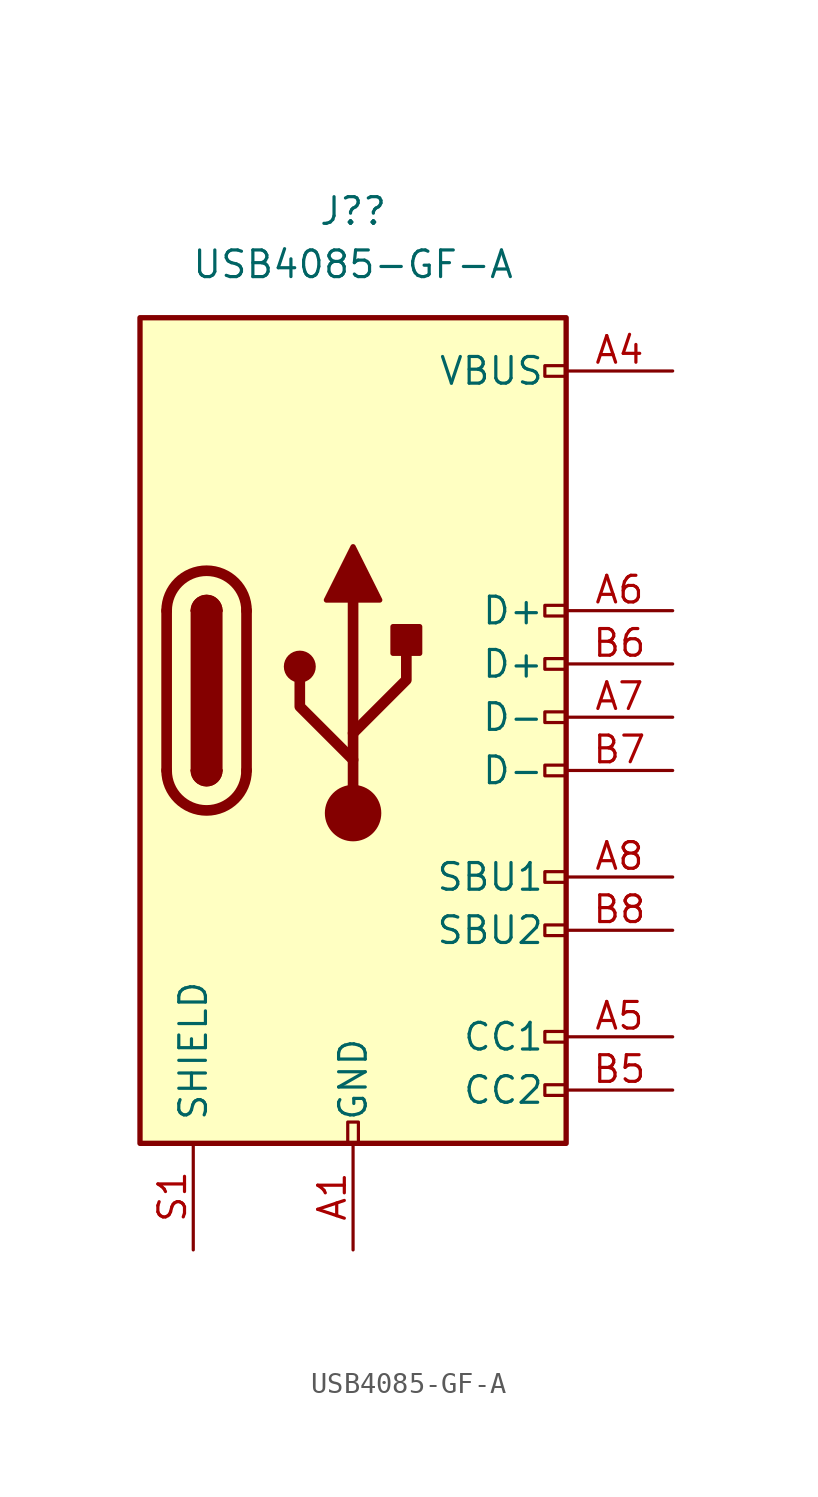
<source format=kicad_sym>
(kicad_symbol_lib
  (version 20220914)
  (generator kicad_symbol_editor)
  (symbol "USB4085-GF-A"
    (pin_names
      (offset 1.016))
    (property "Reference" "J?"
      (at 0 22.86 0)
      (do_not_autoplace)
      (effects (font (size 1.27 1.27))))
    (property "Value" "USB4085-GF-A"
      (at 0 20.32 0)
      (do_not_autoplace)
      (effects (font (size 1.27 1.27))))
    (symbol "USB4085-GF-A_0_0"
      (rectangle (start -0.254 -21.59) (end 0.254 -20.574) (stroke (width 0) (type default)) (fill (type none)))
      (rectangle (start 10.16 -18.796) (end 9.144 -19.304) (stroke (width 0) (type default)) (fill (type none)))
      (rectangle (start 10.16 -16.256) (end 9.144 -16.764) (stroke (width 0) (type default)) (fill (type none)))
      (rectangle (start 10.16 -11.176) (end 9.144 -11.684) (stroke (width 0) (type default)) (fill (type none)))
      (rectangle (start 10.16 -8.636) (end 9.144 -9.144) (stroke (width 0) (type default)) (fill (type none)))
      (rectangle (start 10.16 -3.556) (end 9.144 -4.064) (stroke (width 0) (type default)) (fill (type none)))
      (rectangle (start 10.16 -1.016) (end 9.144 -1.524) (stroke (width 0) (type default)) (fill (type none)))
      (rectangle (start 10.16 1.524) (end 9.144 1.016) (stroke (width 0) (type default)) (fill (type none)))
      (rectangle (start 10.16 4.064) (end 9.144 3.556) (stroke (width 0) (type default)) (fill (type none)))
      (rectangle (start 10.16 15.494) (end 9.144 14.986) (stroke (width 0) (type default)) (fill (type none))))
    (symbol "USB4085-GF-A_0_1"
      (rectangle (start -10.16 17.78) (end 10.16 -21.59) (stroke (width 0.254) (type default)) (fill (type background)))
      (arc (start -8.89 -3.81) (mid -6.985 -5.7067) (end -5.08 -3.81) (stroke (width 0.508) (type default)) (fill (type none)))
      (arc (start -7.62 -3.81) (mid -6.985 -4.4423) (end -6.35 -3.81) (stroke (width 0.254) (type default)) (fill (type none)))
      (arc (start -7.62 -3.81) (mid -6.985 -4.4423) (end -6.35 -3.81) (stroke (width 0.254) (type default)) (fill (type outline)))
      (rectangle (start -7.62 -3.81) (end -6.35 3.81) (stroke (width 0.254) (type default)) (fill (type outline)))
      (arc (start -6.35 3.81) (mid -6.985 4.4423) (end -7.62 3.81) (stroke (width 0.254) (type default)) (fill (type none)))
      (arc (start -6.35 3.81) (mid -6.985 4.4423) (end -7.62 3.81) (stroke (width 0.254) (type default)) (fill (type outline)))
      (arc (start -5.08 3.81) (mid -6.985 5.7067) (end -8.89 3.81) (stroke (width 0.508) (type default)) (fill (type none)))
      (circle (center -2.54 1.143) (radius 0.635) (stroke (width 0.254) (type default)) (fill (type outline)))
      (circle (center 0 -5.842) (radius 1.27) (stroke (width 0) (type default)) (fill (type outline)))
      (polyline (pts (xy -8.89 -3.81) (xy -8.89 3.81)) (stroke (width 0.508) (type default)) (fill (type none)))
      (polyline (pts (xy -5.08 3.81) (xy -5.08 -3.81)) (stroke (width 0.508) (type default)) (fill (type none)))
      (polyline (pts (xy 0 -5.842) (xy 0 4.318)) (stroke (width 0.508) (type default)) (fill (type none)))
      (polyline (pts (xy 0 -3.302) (xy -2.54 -0.762) (xy -2.54 0.508)) (stroke (width 0.508) (type default)) (fill (type none)))
      (polyline (pts (xy 0 -2.032) (xy 2.54 0.508) (xy 2.54 1.778)) (stroke (width 0.508) (type default)) (fill (type none)))
      (polyline (pts (xy -1.27 4.318) (xy 0 6.858) (xy 1.27 4.318) (xy -1.27 4.318)) (stroke (width 0.254) (type default)) (fill (type outline)))
      (rectangle (start 1.905 1.778) (end 3.175 3.048) (stroke (width 0.254) (type default)) (fill (type outline))))
    (symbol "USB4085-GF-A_1_1"
      (pin passive line (at 0 -26.67 90) (length 5.08) (name "GND" (effects (font (size 1.27 1.27)))) (number "A1" (effects (font (size 1.27 1.27)))))
      (pin passive line (at 0 -26.67 90) (length 5.08) hide (name "GND" (effects (font (size 1.27 1.27)))) (number "A12" (effects (font (size 1.27 1.27)))))
      (pin passive line (at 15.24 15.24 180) (length 5.08) (name "VBUS" (effects (font (size 1.27 1.27)))) (number "A4" (effects (font (size 1.27 1.27)))))
      (pin bidirectional line (at 15.24 -16.51 180) (length 5.08) (name "CC1" (effects (font (size 1.27 1.27)))) (number "A5" (effects (font (size 1.27 1.27)))))
      (pin bidirectional line (at 15.24 3.81 180) (length 5.08) (name "D+" (effects (font (size 1.27 1.27)))) (number "A6" (effects (font (size 1.27 1.27)))))
      (pin bidirectional line (at 15.24 -1.27 180) (length 5.08) (name "D-" (effects (font (size 1.27 1.27)))) (number "A7" (effects (font (size 1.27 1.27)))))
      (pin bidirectional line (at 15.24 -8.89 180) (length 5.08) (name "SBU1" (effects (font (size 1.27 1.27)))) (number "A8" (effects (font (size 1.27 1.27)))))
      (pin passive line (at 15.24 15.24 180) (length 5.08) hide (name "VBUS" (effects (font (size 1.27 1.27)))) (number "A9" (effects (font (size 1.27 1.27)))))
      (pin passive line (at 0 -26.67 90) (length 5.08) hide (name "GND" (effects (font (size 1.27 1.27)))) (number "B1" (effects (font (size 1.27 1.27)))))
      (pin passive line (at 0 -26.67 90) (length 5.08) hide (name "GND" (effects (font (size 1.27 1.27)))) (number "B12" (effects (font (size 1.27 1.27)))))
      (pin passive line (at 15.24 15.24 180) (length 5.08) hide (name "VBUS" (effects (font (size 1.27 1.27)))) (number "B4" (effects (font (size 1.27 1.27)))))
      (pin bidirectional line (at 15.24 -19.05 180) (length 5.08) (name "CC2" (effects (font (size 1.27 1.27)))) (number "B5" (effects (font (size 1.27 1.27)))))
      (pin bidirectional line (at 15.24 1.27 180) (length 5.08) (name "D+" (effects (font (size 1.27 1.27)))) (number "B6" (effects (font (size 1.27 1.27)))))
      (pin bidirectional line (at 15.24 -3.81 180) (length 5.08) (name "D-" (effects (font (size 1.27 1.27)))) (number "B7" (effects (font (size 1.27 1.27)))))
      (pin bidirectional line (at 15.24 -11.43 180) (length 5.08) (name "SBU2" (effects (font (size 1.27 1.27)))) (number "B8" (effects (font (size 1.27 1.27)))))
      (pin passive line (at 15.24 15.24 180) (length 5.08) hide (name "VBUS" (effects (font (size 1.27 1.27)))) (number "B9" (effects (font (size 1.27 1.27)))))
      (pin passive line (at -7.62 -26.67 90) (length 5.08) (name "SHIELD" (effects (font (size 1.27 1.27)))) (number "S1" (effects (font (size 1.27 1.27))))))))
</source>
